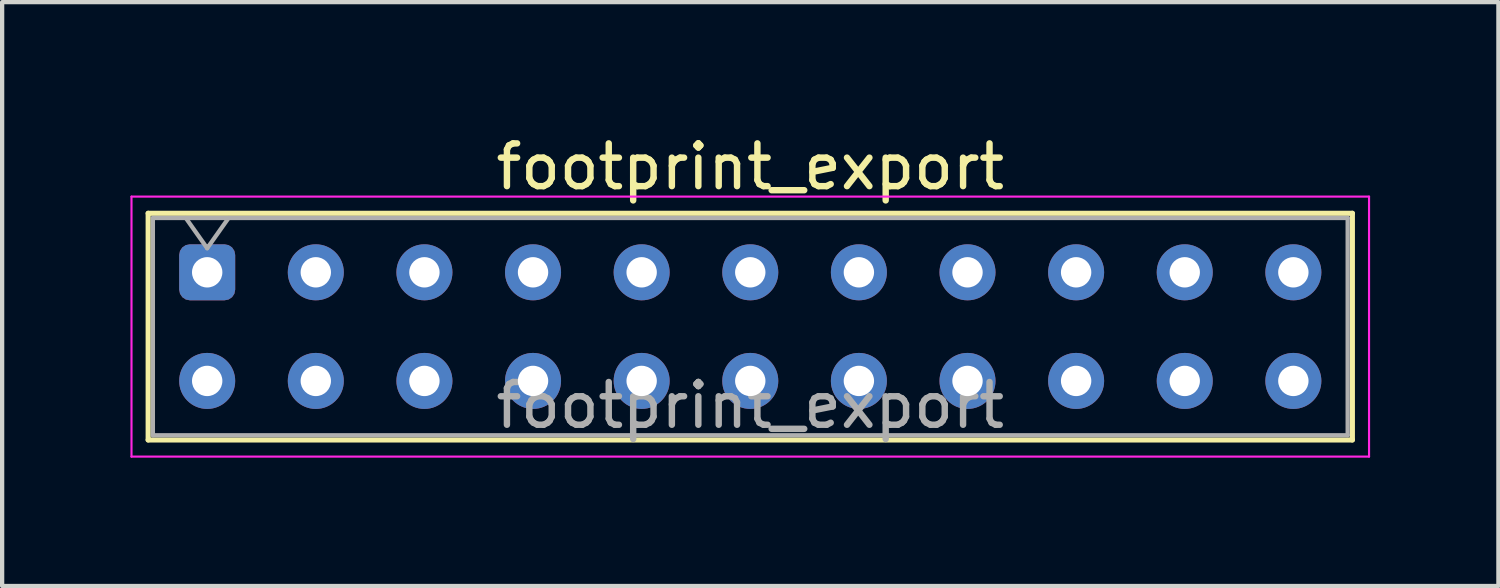
<source format=kicad_pcb>
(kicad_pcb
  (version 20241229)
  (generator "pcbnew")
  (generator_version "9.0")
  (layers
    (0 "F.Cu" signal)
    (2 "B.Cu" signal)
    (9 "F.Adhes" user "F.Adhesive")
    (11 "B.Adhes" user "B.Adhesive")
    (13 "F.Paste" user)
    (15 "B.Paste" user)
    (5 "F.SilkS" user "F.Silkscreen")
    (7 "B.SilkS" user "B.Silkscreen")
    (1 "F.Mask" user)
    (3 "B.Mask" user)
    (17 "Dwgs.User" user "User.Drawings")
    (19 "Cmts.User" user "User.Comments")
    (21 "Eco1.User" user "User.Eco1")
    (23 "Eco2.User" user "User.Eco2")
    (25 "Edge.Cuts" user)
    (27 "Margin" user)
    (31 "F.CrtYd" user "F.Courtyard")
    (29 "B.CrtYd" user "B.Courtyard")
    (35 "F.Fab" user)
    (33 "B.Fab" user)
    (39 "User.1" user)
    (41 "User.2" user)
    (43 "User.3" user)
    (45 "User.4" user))
  (footprint "footprint_export"
    (layer "F.Cu")
    (at 1.795 3.318)
    (property "Reference" "footprint_export" (at 12.7 -2.47 0) (layer "F.SilkS") (effects (font (size 1 1) (thickness 0.15))))
    (attr through_hole)
    (fp_line (start -1.38 -1.38) (end 26.78 -1.38) (stroke (width 0.12) (type solid)) (layer "F.SilkS"))
    (fp_line (start -1.38 3.92) (end -1.38 -1.38) (stroke (width 0.12) (type solid)) (layer "F.SilkS"))
    (fp_line (start 26.78 -1.38) (end 26.78 3.92) (stroke (width 0.12) (type solid)) (layer "F.SilkS"))
    (fp_line (start 26.78 3.92) (end -1.38 3.92) (stroke (width 0.12) (type solid)) (layer "F.SilkS"))
    (fp_line (start -1.77 -1.77) (end 27.17 -1.77) (stroke (width 0.05) (type solid)) (layer "F.CrtYd"))
    (fp_line (start -1.77 4.31) (end -1.77 -1.77) (stroke (width 0.05) (type solid)) (layer "F.CrtYd"))
    (fp_line (start 27.17 -1.77) (end 27.17 4.31) (stroke (width 0.05) (type solid)) (layer "F.CrtYd"))
    (fp_line (start 27.17 4.31) (end -1.77 4.31) (stroke (width 0.05) (type solid)) (layer "F.CrtYd"))
    (fp_line (start -1.27 -1.27) (end 26.67 -1.27) (stroke (width 0.1) (type solid)) (layer "F.Fab"))
    (fp_line (start -1.27 3.81) (end -1.27 -1.27) (stroke (width 0.1) (type solid)) (layer "F.Fab"))
    (fp_line (start -0.5 -1.27) (end 0 -0.563) (stroke (width 0.1) (type solid)) (layer "F.Fab"))
    (fp_line (start 0 -0.563) (end 0.5 -1.27) (stroke (width 0.1) (type solid)) (layer "F.Fab"))
    (fp_line (start 26.67 -1.27) (end 26.67 3.81) (stroke (width 0.1) (type solid)) (layer "F.Fab"))
    (fp_line (start 26.67 3.81) (end -1.27 3.81) (stroke (width 0.1) (type solid)) (layer "F.Fab"))
    (fp_text user "${REFERENCE}" (at 12.7 3.11 0) (layer "F.Fab") (effects (font (size 1 1) (thickness 0.15))))
    (pad "1" thru_hole roundrect (at 0 0) (size 1.31 1.31) (drill 0.71) (layers "*.Cu" "*.Mask") (roundrect_rratio 0.191))
    (pad "2" thru_hole circle (at 0 2.54) (size 1.31 1.31) (drill 0.71) (layers "*.Cu" "*.Mask"))
    (pad "3" thru_hole circle (at 2.54 0) (size 1.31 1.31) (drill 0.71) (layers "*.Cu" "*.Mask"))
    (pad "4" thru_hole circle (at 2.54 2.54) (size 1.31 1.31) (drill 0.71) (layers "*.Cu" "*.Mask"))
    (pad "5" thru_hole circle (at 5.08 0) (size 1.31 1.31) (drill 0.71) (layers "*.Cu" "*.Mask"))
    (pad "6" thru_hole circle (at 5.08 2.54) (size 1.31 1.31) (drill 0.71) (layers "*.Cu" "*.Mask"))
    (pad "7" thru_hole circle (at 7.62 0) (size 1.31 1.31) (drill 0.71) (layers "*.Cu" "*.Mask"))
    (pad "8" thru_hole circle (at 7.62 2.54) (size 1.31 1.31) (drill 0.71) (layers "*.Cu" "*.Mask"))
    (pad "9" thru_hole circle (at 10.16 0) (size 1.31 1.31) (drill 0.71) (layers "*.Cu" "*.Mask"))
    (pad "10" thru_hole circle (at 10.16 2.54) (size 1.31 1.31) (drill 0.71) (layers "*.Cu" "*.Mask"))
    (pad "11" thru_hole circle (at 12.7 0) (size 1.31 1.31) (drill 0.71) (layers "*.Cu" "*.Mask"))
    (pad "12" thru_hole circle (at 12.7 2.54) (size 1.31 1.31) (drill 0.71) (layers "*.Cu" "*.Mask"))
    (pad "13" thru_hole circle (at 15.24 0) (size 1.31 1.31) (drill 0.71) (layers "*.Cu" "*.Mask"))
    (pad "14" thru_hole circle (at 15.24 2.54) (size 1.31 1.31) (drill 0.71) (layers "*.Cu" "*.Mask"))
    (pad "15" thru_hole circle (at 17.78 0) (size 1.31 1.31) (drill 0.71) (layers "*.Cu" "*.Mask"))
    (pad "16" thru_hole circle (at 17.78 2.54) (size 1.31 1.31) (drill 0.71) (layers "*.Cu" "*.Mask"))
    (pad "17" thru_hole circle (at 20.32 0) (size 1.31 1.31) (drill 0.71) (layers "*.Cu" "*.Mask"))
    (pad "18" thru_hole circle (at 20.32 2.54) (size 1.31 1.31) (drill 0.71) (layers "*.Cu" "*.Mask"))
    (pad "19" thru_hole circle (at 22.86 0) (size 1.31 1.31) (drill 0.71) (layers "*.Cu" "*.Mask"))
    (pad "20" thru_hole circle (at 22.86 2.54) (size 1.31 1.31) (drill 0.71) (layers "*.Cu" "*.Mask"))
    (pad "21" thru_hole circle (at 25.4 0) (size 1.31 1.31) (drill 0.71) (layers "*.Cu" "*.Mask"))
    (pad "22" thru_hole circle (at 25.4 2.54) (size 1.31 1.31) (drill 0.71) (layers "*.Cu" "*.Mask")))
  (gr_rect
    (start -3 -3)
    (end 31.99 10.653)
    (stroke (width 0.1) (type default))
    (fill no)
    (layer "Edge.Cuts")))
</source>
